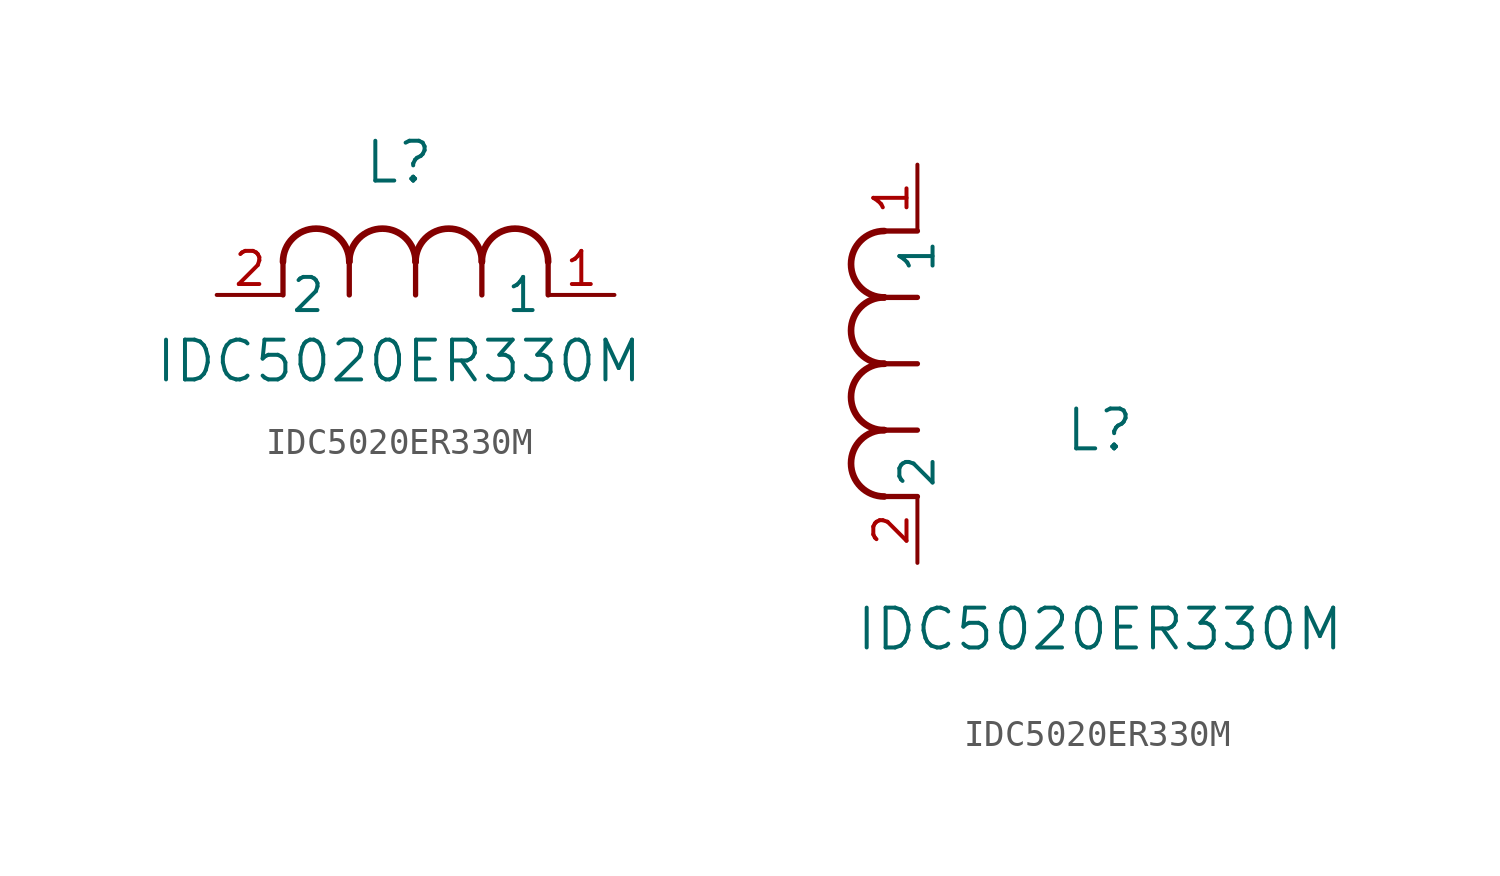
<source format=kicad_sym>
(kicad_symbol_lib
  (version 20211014)
  (generator kicad_symbol_editor)
  (symbol "IDC5020ER330M"
    (pin_names
      (offset 0.254))
    (property "Reference" "L"
      (at 6.985 5.08 0)
      (effects (font (size 1.524 1.524))))
    (property "Value" "IDC5020ER330M"
      (at 6.985 -2.54 0)
      (effects (font (size 1.524 1.524))))
    (symbol "IDC5020ER330M_1_1"
      (arc (start 7.62 1.27) (mid 6.35 2.54) (end 5.08 1.27) (stroke (width 0.254) (type default) (color 0 0 0 0)) (fill (type none)))
      (polyline (pts (xy 5.08 0) (xy 5.08 1.27)) (stroke (width 0.203) (type default) (color 0 0 0 0)) (fill (type none)))
      (polyline (pts (xy 7.62 0) (xy 7.62 1.27)) (stroke (width 0.203) (type default) (color 0 0 0 0)) (fill (type none)))
      (polyline (pts (xy 12.7 0) (xy 12.7 1.27)) (stroke (width 0.203) (type default) (color 0 0 0 0)) (fill (type none)))
      (arc (start 5.08 1.27) (mid 3.81 2.54) (end 2.54 1.27) (stroke (width 0.254) (type default) (color 0 0 0 0)) (fill (type none)))
      (arc (start 10.16 1.27) (mid 8.89 2.54) (end 7.62 1.27) (stroke (width 0.254) (type default) (color 0 0 0 0)) (fill (type none)))
      (arc (start 12.7 1.27) (mid 11.43 2.54) (end 10.16 1.27) (stroke (width 0.254) (type default) (color 0 0 0 0)) (fill (type none)))
      (polyline (pts (xy 2.54 0) (xy 2.54 1.27)) (stroke (width 0.203) (type default) (color 0 0 0 0)) (fill (type none)))
      (polyline (pts (xy 10.16 0) (xy 10.16 1.27)) (stroke (width 0.203) (type default) (color 0 0 0 0)) (fill (type none)))
      (pin unspecified line (at 0 0 0) (length 2.54) (name "2" (effects (font (size 1.27 1.27)))) (number "2" (effects (font (size 1.27 1.27)))))
      (pin unspecified line (at 15.24 0 180) (length 2.54) (name "1" (effects (font (size 1.27 1.27)))) (number "1" (effects (font (size 1.27 1.27))))))
    (symbol "IDC5020ER330M_1_2"
      (arc (start -1.27 7.62) (mid -2.54 6.35) (end -1.27 5.08) (stroke (width 0.254) (type default) (color 0 0 0 0)) (fill (type none)))
      (arc (start -1.27 5.08) (mid -2.54 3.81) (end -1.27 2.54) (stroke (width 0.254) (type default) (color 0 0 0 0)) (fill (type none)))
      (arc (start -1.27 12.7) (mid -2.54 11.43) (end -1.27 10.16) (stroke (width 0.254) (type default) (color 0 0 0 0)) (fill (type none)))
      (arc (start -1.27 10.16) (mid -2.54 8.89) (end -1.27 7.62) (stroke (width 0.254) (type default) (color 0 0 0 0)) (fill (type none)))
      (polyline (pts (xy 0 7.62) (xy -1.27 7.62)) (stroke (width 0.203) (type default) (color 0 0 0 0)) (fill (type none)))
      (polyline (pts (xy 0 5.08) (xy -1.27 5.08)) (stroke (width 0.203) (type default) (color 0 0 0 0)) (fill (type none)))
      (polyline (pts (xy 0 12.7) (xy -1.27 12.7)) (stroke (width 0.203) (type default) (color 0 0 0 0)) (fill (type none)))
      (polyline (pts (xy 0 2.54) (xy -1.27 2.54)) (stroke (width 0.203) (type default) (color 0 0 0 0)) (fill (type none)))
      (polyline (pts (xy 0 10.16) (xy -1.27 10.16)) (stroke (width 0.203) (type default) (color 0 0 0 0)) (fill (type none)))
      (pin unspecified line (at 0 0 90) (length 2.54) (name "2" (effects (font (size 1.27 1.27)))) (number "2" (effects (font (size 1.27 1.27)))))
      (pin unspecified line (at 0 15.24 270) (length 2.54) (name "1" (effects (font (size 1.27 1.27)))) (number "1" (effects (font (size 1.27 1.27))))))))
</source>
